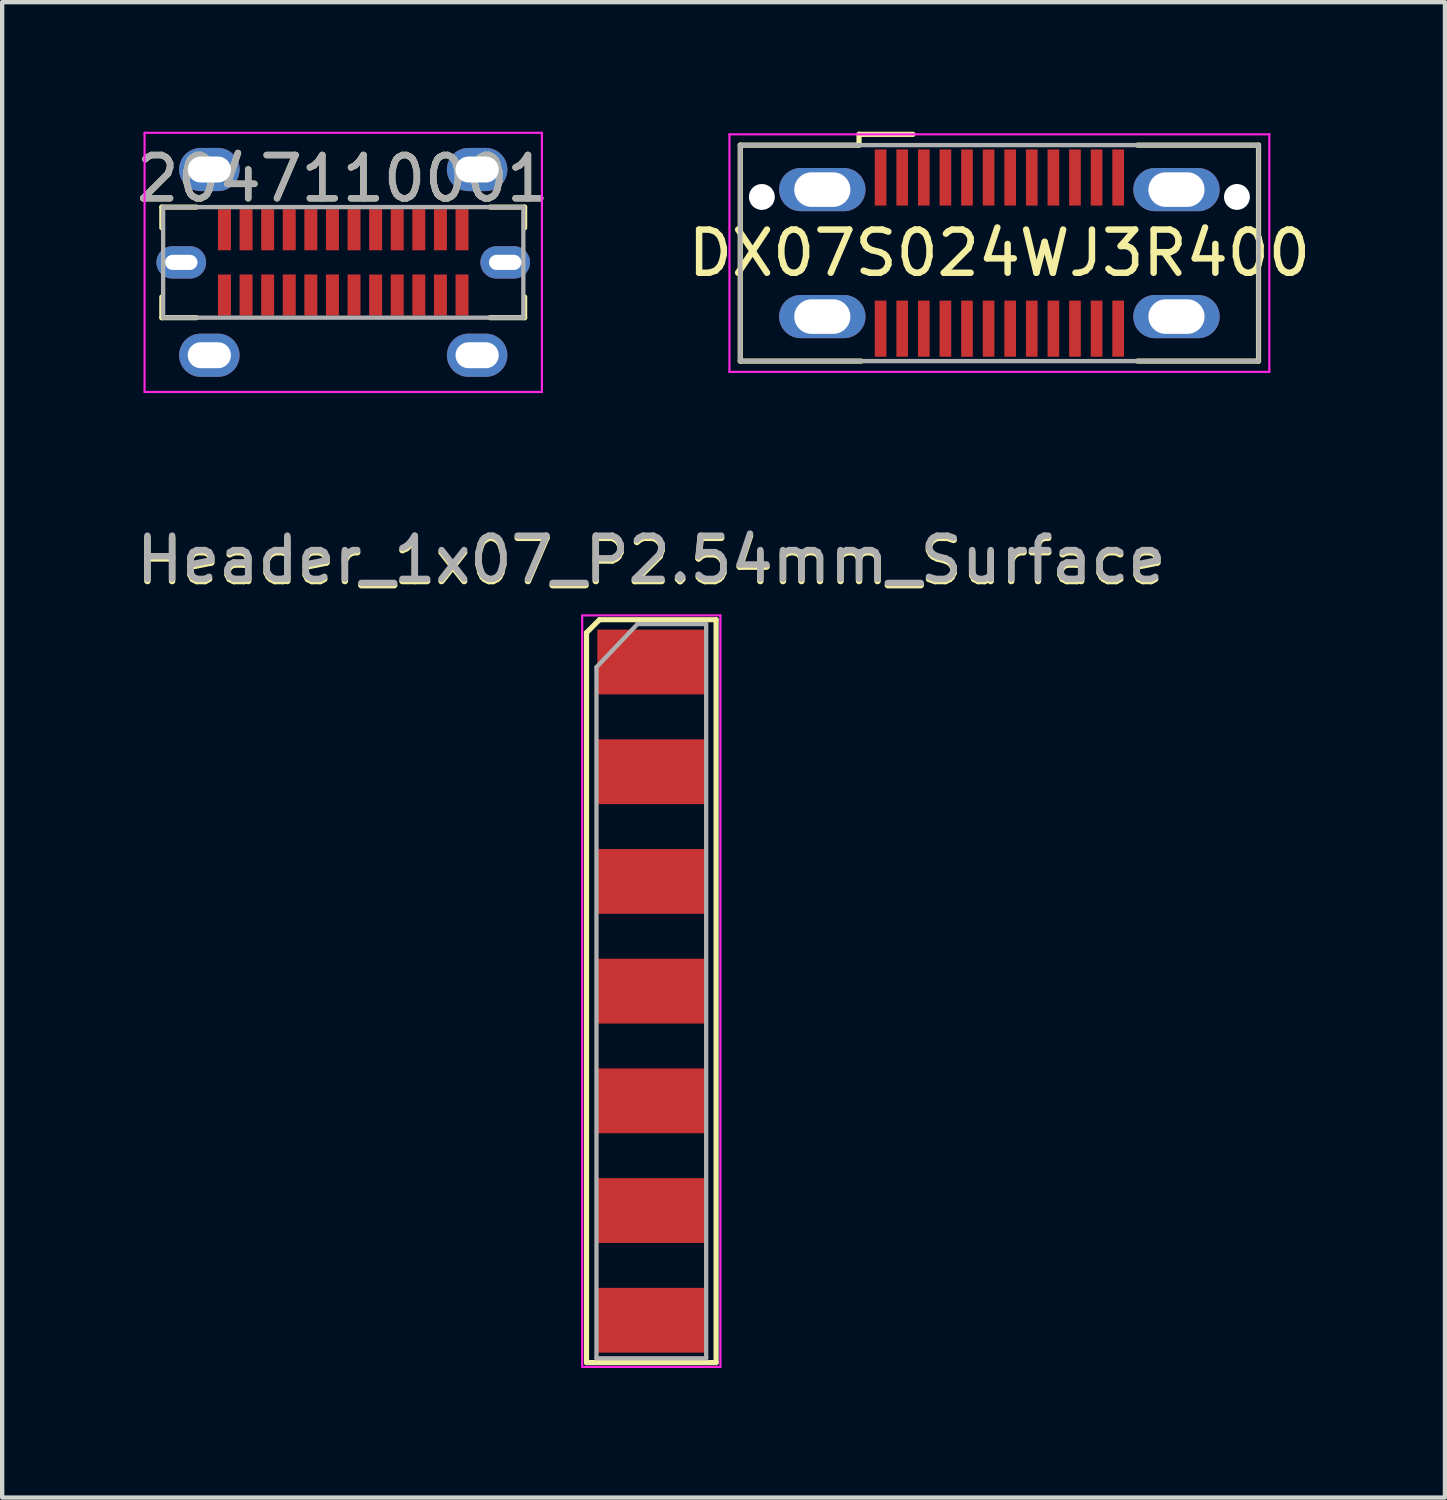
<source format=kicad_pcb>
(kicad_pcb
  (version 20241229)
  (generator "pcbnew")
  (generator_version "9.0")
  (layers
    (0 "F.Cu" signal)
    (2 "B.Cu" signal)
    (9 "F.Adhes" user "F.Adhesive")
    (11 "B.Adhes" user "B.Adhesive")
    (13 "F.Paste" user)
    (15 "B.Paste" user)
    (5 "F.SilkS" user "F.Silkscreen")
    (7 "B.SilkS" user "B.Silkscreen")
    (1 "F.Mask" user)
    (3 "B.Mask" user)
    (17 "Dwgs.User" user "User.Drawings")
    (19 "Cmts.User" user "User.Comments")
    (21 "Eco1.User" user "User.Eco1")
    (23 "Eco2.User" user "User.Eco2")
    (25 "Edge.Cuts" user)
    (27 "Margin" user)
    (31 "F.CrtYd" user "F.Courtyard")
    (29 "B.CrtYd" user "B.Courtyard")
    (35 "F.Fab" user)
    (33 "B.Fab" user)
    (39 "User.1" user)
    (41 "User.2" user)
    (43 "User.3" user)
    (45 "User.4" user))
  (footprint "2047110001"
    (layer "F.Cu")
    (at 4.897 3.025)
    (property "Reference" "2047110001" (at -0.01 -1.94 0) (layer "F.SilkS") (effects (font (size 1 1) (thickness 0.15))))
    (attr through_hole)
    (fp_line (start -4.2 -1.28) (end -3.4 -1.28) (stroke (width 0.12) (type solid)) (layer "F.SilkS"))
    (fp_line (start -4.2 -0.8) (end -4.2 -1.28) (stroke (width 0.12) (type solid)) (layer "F.SilkS"))
    (fp_line (start -4.2 1.28) (end -4.2 0.8) (stroke (width 0.12) (type solid)) (layer "F.SilkS"))
    (fp_line (start -3.4 1.28) (end -4.2 1.28) (stroke (width 0.12) (type solid)) (layer "F.SilkS"))
    (fp_line (start 3.4 -1.28) (end 4.2 -1.28) (stroke (width 0.12) (type solid)) (layer "F.SilkS"))
    (fp_line (start 3.4 1.28) (end 4.2 1.28) (stroke (width 0.12) (type solid)) (layer "F.SilkS"))
    (fp_line (start 4.2 -1.28) (end 4.2 -0.8) (stroke (width 0.12) (type solid)) (layer "F.SilkS"))
    (fp_line (start 4.2 1.28) (end 4.2 0.8) (stroke (width 0.12) (type solid)) (layer "F.SilkS"))
    (fp_line (start -4.6 -3) (end 4.6 -3) (stroke (width 0.05) (type solid)) (layer "F.CrtYd"))
    (fp_line (start -4.6 3) (end -4.6 -3) (stroke (width 0.05) (type solid)) (layer "F.CrtYd"))
    (fp_line (start 4.6 -3) (end 4.6 3) (stroke (width 0.05) (type solid)) (layer "F.CrtYd"))
    (fp_line (start 4.6 3) (end -4.6 3) (stroke (width 0.05) (type solid)) (layer "F.CrtYd"))
    (fp_line (start -4.17 -1.28) (end 4.17 -1.28) (stroke (width 0.1) (type solid)) (layer "F.Fab"))
    (fp_line (start -4.17 1.28) (end -4.17 -1.28) (stroke (width 0.1) (type solid)) (layer "F.Fab"))
    (fp_line (start 4.17 -1.28) (end 4.17 1.28) (stroke (width 0.1) (type solid)) (layer "F.Fab"))
    (fp_line (start 4.17 1.28) (end -4.17 1.28) (stroke (width 0.1) (type solid)) (layer "F.Fab"))
    (fp_text user "${REFERENCE}" (at -0.01 -1.94 0) (layer "F.Fab") (effects (font (size 1 1) (thickness 0.15))))
    (pad "A1" smd rect (at -2.75 -0.755) (size 0.3 0.95) (layers "F.Cu" "F.Mask" "F.Paste"))
    (pad "A2" smd rect (at -2.25 -0.755) (size 0.3 0.95) (layers "F.Cu" "F.Mask" "F.Paste"))
    (pad "A3" smd rect (at -1.75 -0.755) (size 0.3 0.95) (layers "F.Cu" "F.Mask" "F.Paste"))
    (pad "A4" smd rect (at -1.25 -0.755) (size 0.3 0.95) (layers "F.Cu" "F.Mask" "F.Paste"))
    (pad "A5" smd rect (at -0.75 -0.755) (size 0.3 0.95) (layers "F.Cu" "F.Mask" "F.Paste"))
    (pad "A6" smd rect (at -0.25 -0.755) (size 0.3 0.95) (layers "F.Cu" "F.Mask" "F.Paste"))
    (pad "A7" smd rect (at 0.25 -0.755) (size 0.3 0.95) (layers "F.Cu" "F.Mask" "F.Paste"))
    (pad "A8" smd rect (at 0.75 -0.755) (size 0.3 0.95) (layers "F.Cu" "F.Mask" "F.Paste"))
    (pad "A9" smd rect (at 1.25 -0.755) (size 0.3 0.95) (layers "F.Cu" "F.Mask" "F.Paste"))
    (pad "A10" smd rect (at 1.75 -0.755) (size 0.3 0.95) (layers "F.Cu" "F.Mask" "F.Paste"))
    (pad "A11" smd rect (at 2.25 -0.755) (size 0.3 0.95) (layers "F.Cu" "F.Mask" "F.Paste"))
    (pad "A12" smd rect (at 2.75 -0.755) (size 0.3 0.95) (layers "F.Cu" "F.Mask" "F.Paste"))
    (pad "B1" smd rect (at 2.75 0.755) (size 0.3 0.95) (layers "F.Cu" "F.Mask" "F.Paste"))
    (pad "B2" smd rect (at 2.25 0.755) (size 0.3 0.95) (layers "F.Cu" "F.Mask" "F.Paste"))
    (pad "B3" smd rect (at 1.75 0.755) (size 0.3 0.95) (layers "F.Cu" "F.Mask" "F.Paste"))
    (pad "B4" smd rect (at 1.25 0.755) (size 0.3 0.95) (layers "F.Cu" "F.Mask" "F.Paste"))
    (pad "B5" smd rect (at 0.75 0.755) (size 0.3 0.95) (layers "F.Cu" "F.Mask" "F.Paste"))
    (pad "B6" smd rect (at 0.25 0.755) (size 0.3 0.95) (layers "F.Cu" "F.Mask" "F.Paste"))
    (pad "B7" smd rect (at -0.25 0.755) (size 0.3 0.95) (layers "F.Cu" "F.Mask" "F.Paste"))
    (pad "B8" smd rect (at -0.75 0.755) (size 0.3 0.95) (layers "F.Cu" "F.Mask" "F.Paste"))
    (pad "B9" smd rect (at -1.25 0.755) (size 0.3 0.95) (layers "F.Cu" "F.Mask" "F.Paste"))
    (pad "B10" smd rect (at -1.75 0.755) (size 0.3 0.95) (layers "F.Cu" "F.Mask" "F.Paste"))
    (pad "B11" smd rect (at -2.25 0.755) (size 0.3 0.95) (layers "F.Cu" "F.Mask" "F.Paste"))
    (pad "B12" smd rect (at -2.75 0.755) (size 0.3 0.95) (layers "F.Cu" "F.Mask" "F.Paste"))
    (pad "S1" thru_hole oval (at -3.75 0) (size 1.15 0.75) (drill oval 0.75 0.35) (layers "*.Cu" "*.Mask"))
    (pad "S2" thru_hole oval (at 3.75 0) (size 1.15 0.75) (drill oval 0.75 0.35) (layers "*.Cu" "*.Mask"))
    (pad "S3" thru_hole oval (at -3.1 -2.15) (size 1.4 1) (drill oval 1 0.6) (layers "*.Cu" "*.Mask"))
    (pad "S4" thru_hole oval (at 3.1 -2.15) (size 1.4 1) (drill oval 1 0.6) (layers "*.Cu" "*.Mask"))
    (pad "S5" thru_hole oval (at -3.1 2.15) (size 1.4 1) (drill oval 1 0.6) (layers "*.Cu" "*.Mask"))
    (pad "S6" thru_hole oval (at 3.1 2.15) (size 1.4 1) (drill oval 1 0.6) (layers "*.Cu" "*.Mask")))
  (footprint "DX07S024WJ3R400"
    (layer "F.Cu")
    (at 20.089 2.81)
    (property "Reference" "DX07S024WJ3R400" (at 0 0 0) (layer "F.SilkS") (effects (font (size 1 1) (thickness 0.15))))
    (attr through_hole)
    (fp_line (start -6 -2.5) (end -6 2.5) (stroke (width 0.12) (type solid)) (layer "F.SilkS"))
    (fp_line (start -6 2.5) (end -3.2 2.5) (stroke (width 0.12) (type solid)) (layer "F.SilkS"))
    (fp_line (start -3.25 -2.5) (end -6 -2.5) (stroke (width 0.12) (type solid)) (layer "F.SilkS"))
    (fp_line (start -3.25 -2.5) (end -3.25 -2.75) (stroke (width 0.12) (type solid)) (layer "F.SilkS"))
    (fp_line (start -2 -2.75) (end -3.25 -2.75) (stroke (width 0.12) (type solid)) (layer "F.SilkS"))
    (fp_line (start 3.2 2.5) (end 6 2.5) (stroke (width 0.12) (type solid)) (layer "F.SilkS"))
    (fp_line (start 6 -2.5) (end 3.2 -2.5) (stroke (width 0.12) (type solid)) (layer "F.SilkS"))
    (fp_line (start 6 2.5) (end 6 -2.5) (stroke (width 0.12) (type solid)) (layer "F.SilkS"))
    (fp_line (start -6.25 -2.75) (end 6.25 -2.75) (stroke (width 0.05) (type solid)) (layer "F.CrtYd"))
    (fp_line (start -6.25 2.75) (end -6.25 -2.75) (stroke (width 0.05) (type solid)) (layer "F.CrtYd"))
    (fp_line (start 6.25 -2.75) (end 6.25 2.75) (stroke (width 0.05) (type solid)) (layer "F.CrtYd"))
    (fp_line (start 6.25 2.75) (end -6.25 2.75) (stroke (width 0.05) (type solid)) (layer "F.CrtYd"))
    (fp_line (start -6 -2.5) (end 6 -2.5) (stroke (width 0.1) (type solid)) (layer "F.Fab"))
    (fp_line (start -6 2.5) (end -6 -2.5) (stroke (width 0.1) (type solid)) (layer "F.Fab"))
    (fp_line (start 6 -2.5) (end 6 2.5) (stroke (width 0.1) (type solid)) (layer "F.Fab"))
    (fp_line (start 6 2.5) (end -6 2.5) (stroke (width 0.1) (type solid)) (layer "F.Fab"))
    (pad "" np_thru_hole circle (at -5.5 -1.3) (size 0.6 0.6) (drill 0.6) (layers "*.Cu" "*.Mask"))
    (pad "" np_thru_hole circle (at 5.5 -1.3) (size 0.6 0.6) (drill 0.6) (layers "*.Cu" "*.Mask"))
    (pad "A1" smd rect (at -2.75 -1.75) (size 0.27 1.3) (layers "F.Cu" "F.Mask" "F.Paste"))
    (pad "A2" smd rect (at -2.25 -1.75) (size 0.27 1.3) (layers "F.Cu" "F.Mask" "F.Paste"))
    (pad "A3" smd rect (at -1.75 -1.75) (size 0.27 1.3) (layers "F.Cu" "F.Mask" "F.Paste"))
    (pad "A4" smd rect (at -1.25 -1.75) (size 0.27 1.3) (layers "F.Cu" "F.Mask" "F.Paste"))
    (pad "A5" smd rect (at -0.75 -1.75) (size 0.27 1.3) (layers "F.Cu" "F.Mask" "F.Paste"))
    (pad "A6" smd rect (at -0.25 -1.75) (size 0.27 1.3) (layers "F.Cu" "F.Mask" "F.Paste"))
    (pad "A7" smd rect (at 0.25 -1.75) (size 0.27 1.3) (layers "F.Cu" "F.Mask" "F.Paste"))
    (pad "A8" smd rect (at 0.75 -1.75) (size 0.27 1.3) (layers "F.Cu" "F.Mask" "F.Paste"))
    (pad "A9" smd rect (at 1.25 -1.75) (size 0.27 1.3) (layers "F.Cu" "F.Mask" "F.Paste"))
    (pad "A10" smd rect (at 1.75 -1.75) (size 0.27 1.3) (layers "F.Cu" "F.Mask" "F.Paste"))
    (pad "A11" smd rect (at 2.25 -1.75) (size 0.27 1.3) (layers "F.Cu" "F.Mask" "F.Paste"))
    (pad "A12" smd rect (at 2.75 -1.75) (size 0.27 1.3) (layers "F.Cu" "F.Mask" "F.Paste"))
    (pad "B1" smd rect (at 2.75 1.75) (size 0.27 1.3) (layers "F.Cu" "F.Mask" "F.Paste"))
    (pad "B2" smd rect (at 2.25 1.75) (size 0.27 1.3) (layers "F.Cu" "F.Mask" "F.Paste"))
    (pad "B3" smd rect (at 1.75 1.75) (size 0.27 1.3) (layers "F.Cu" "F.Mask" "F.Paste"))
    (pad "B4" smd rect (at 1.25 1.75) (size 0.27 1.3) (layers "F.Cu" "F.Mask" "F.Paste"))
    (pad "B5" smd rect (at 0.75 1.75) (size 0.27 1.3) (layers "F.Cu" "F.Mask" "F.Paste"))
    (pad "B6" smd rect (at 0.25 1.75) (size 0.27 1.3) (layers "F.Cu" "F.Mask" "F.Paste"))
    (pad "B7" smd rect (at -0.25 1.75) (size 0.27 1.3) (layers "F.Cu" "F.Mask" "F.Paste"))
    (pad "B8" smd rect (at -0.75 1.75) (size 0.27 1.3) (layers "F.Cu" "F.Mask" "F.Paste"))
    (pad "B9" smd rect (at -1.25 1.75) (size 0.27 1.3) (layers "F.Cu" "F.Mask" "F.Paste"))
    (pad "B10" smd rect (at -1.75 1.75) (size 0.27 1.3) (layers "F.Cu" "F.Mask" "F.Paste"))
    (pad "B11" smd rect (at -2.25 1.75) (size 0.27 1.3) (layers "F.Cu" "F.Mask" "F.Paste"))
    (pad "B12" smd rect (at -2.75 1.75) (size 0.27 1.3) (layers "F.Cu" "F.Mask" "F.Paste"))
    (pad "S1" thru_hole oval (at -4.1 -1.47) (size 2 1) (drill oval 1.3 0.8) (layers "*.Cu" "*.Mask"))
    (pad "S2" thru_hole oval (at 4.1 -1.47) (size 2 1) (drill oval 1.3 0.8) (layers "*.Cu" "*.Mask"))
    (pad "S3" thru_hole oval (at 4.1 1.47) (size 2 1) (drill oval 1.3 0.8) (layers "*.Cu" "*.Mask"))
    (pad "S4" thru_hole oval (at -4.1 1.47) (size 2 1) (drill oval 1.3 0.8) (layers "*.Cu" "*.Mask")))
  (footprint "Header_1x07_P2.54mm_Surface"
    (layer "F.Cu")
    (at 12.03 19.898)
    (property "Reference" "Header_1x07_P2.54mm_Surface" (at 0 -9.95 0) (layer "F.SilkS") (effects (font (size 1 1) (thickness 0.15))))
    (attr smd)
    (fp_line (start -1.5 -8.3) (end -1.5 8.6) (stroke (width 0.12) (type solid)) (layer "F.SilkS"))
    (fp_line (start -1.5 -8.3) (end -1.2 -8.6) (stroke (width 0.12) (type solid)) (layer "F.SilkS"))
    (fp_line (start -1.5 8.6) (end 1.5 8.6) (stroke (width 0.12) (type solid)) (layer "F.SilkS"))
    (fp_line (start -1.2 -8.6) (end 1.5 -8.6) (stroke (width 0.12) (type solid)) (layer "F.SilkS"))
    (fp_line (start 1.5 -8.6) (end 1.5 8.6) (stroke (width 0.12) (type solid)) (layer "F.SilkS"))
    (fp_line (start -1.6 -8.7) (end -1.6 8.7) (stroke (width 0.05) (type solid)) (layer "F.CrtYd"))
    (fp_line (start -1.6 8.7) (end 1.6 8.7) (stroke (width 0.05) (type solid)) (layer "F.CrtYd"))
    (fp_line (start 1.6 -8.7) (end -1.6 -8.7) (stroke (width 0.05) (type solid)) (layer "F.CrtYd"))
    (fp_line (start 1.6 8.7) (end 1.6 -8.7) (stroke (width 0.05) (type solid)) (layer "F.CrtYd"))
    (fp_line (start -1.27 -7.5) (end -0.32 -8.5) (stroke (width 0.1) (type solid)) (layer "F.Fab"))
    (fp_line (start -1.27 8.5) (end -1.27 -7.5) (stroke (width 0.1) (type solid)) (layer "F.Fab"))
    (fp_line (start -0.32 -8.5) (end 1.27 -8.5) (stroke (width 0.1) (type solid)) (layer "F.Fab"))
    (fp_line (start 1.27 -8.5) (end 1.27 8.5) (stroke (width 0.1) (type solid)) (layer "F.Fab"))
    (fp_line (start 1.27 8.5) (end -1.27 8.5) (stroke (width 0.1) (type solid)) (layer "F.Fab"))
    (fp_text user "${REFERENCE}" (at 0 -10 180) (layer "F.Fab") (effects (font (size 1 1) (thickness 0.15))))
    (pad "1" smd rect (at 0 -7.62) (size 2.5 1.5) (layers "F.Cu" "F.Mask" "F.Paste"))
    (pad "2" smd rect (at 0 -5.08) (size 2.5 1.5) (layers "F.Cu" "F.Mask" "F.Paste"))
    (pad "3" smd rect (at 0 -2.54) (size 2.5 1.5) (layers "F.Cu" "F.Mask" "F.Paste"))
    (pad "4" smd rect (at 0 0) (size 2.5 1.5) (layers "F.Cu" "F.Mask" "F.Paste"))
    (pad "5" smd rect (at 0 2.54) (size 2.5 1.5) (layers "F.Cu" "F.Mask" "F.Paste"))
    (pad "6" smd rect (at 0 5.08) (size 2.5 1.5) (layers "F.Cu" "F.Mask" "F.Paste"))
    (pad "7" smd rect (at 0 7.62) (size 2.5 1.5) (layers "F.Cu" "F.Mask" "F.Paste")))
  (gr_rect
    (start -3 -3)
    (end 30.405 31.623)
    (stroke (width 0.1) (type default))
    (fill no)
    (layer "Edge.Cuts")))
</source>
